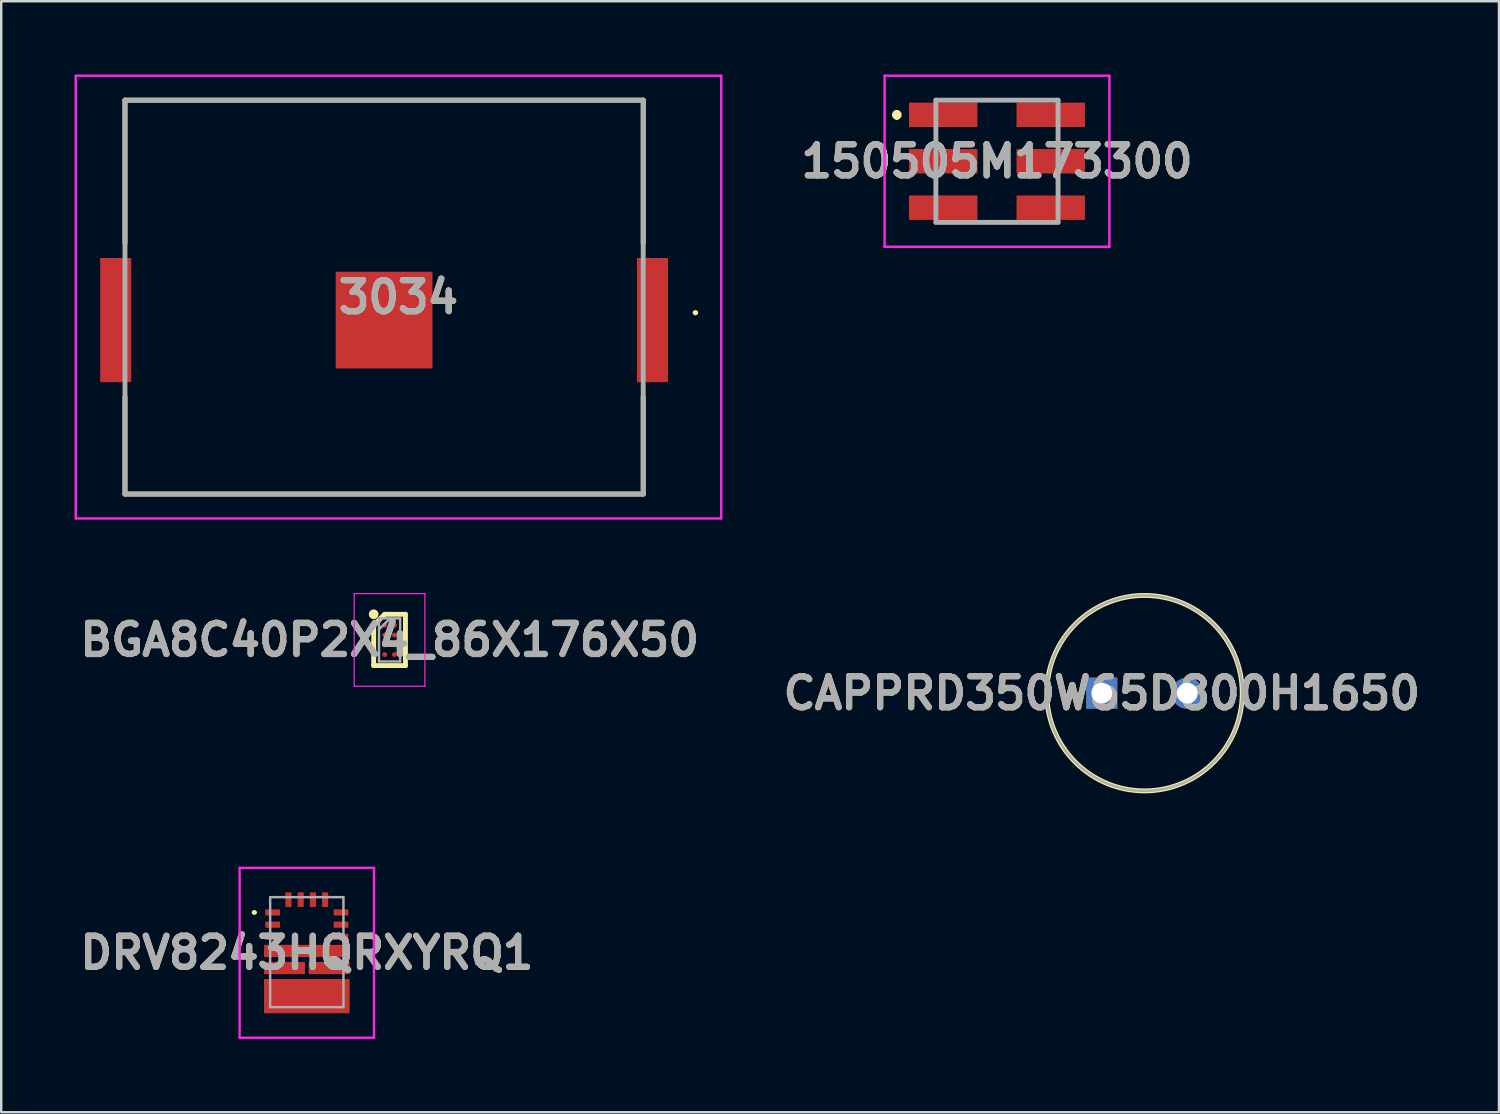
<source format=kicad_pcb>
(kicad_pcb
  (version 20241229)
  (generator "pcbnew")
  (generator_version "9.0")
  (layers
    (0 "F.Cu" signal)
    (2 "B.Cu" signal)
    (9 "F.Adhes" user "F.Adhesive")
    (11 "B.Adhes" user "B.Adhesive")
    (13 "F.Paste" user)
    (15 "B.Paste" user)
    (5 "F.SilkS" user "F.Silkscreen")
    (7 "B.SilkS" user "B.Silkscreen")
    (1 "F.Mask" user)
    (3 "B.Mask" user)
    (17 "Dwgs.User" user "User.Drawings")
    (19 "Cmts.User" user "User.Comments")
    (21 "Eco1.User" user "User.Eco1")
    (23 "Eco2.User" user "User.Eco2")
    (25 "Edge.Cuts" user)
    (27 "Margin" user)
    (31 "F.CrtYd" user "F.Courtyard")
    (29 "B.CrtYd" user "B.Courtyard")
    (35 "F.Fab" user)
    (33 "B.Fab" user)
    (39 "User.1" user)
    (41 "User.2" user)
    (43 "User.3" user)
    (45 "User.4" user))
  (footprint "150505M173300"
    (layer "F.Cu")
    (at 37.754 3.55)
    (property "Reference" "150505M173300" (at 0 0 0) (layer "F.SilkS") (effects (font (size 1.27 1.27) (thickness 0.254))))
    (attr smd)
    (fp_line (start -4.1 -2) (end -4.1 -2) (stroke (width 0.2) (type solid)) (layer "F.SilkS"))
    (fp_line (start -4.1 -1.8) (end -4.1 -1.8) (stroke (width 0.2) (type solid)) (layer "F.SilkS"))
    (fp_line (start -0.6 -2.5) (end 0.6 -2.5) (stroke (width 0.1) (type solid)) (layer "F.SilkS"))
    (fp_line (start -0.6 2.5) (end 0.6 2.5) (stroke (width 0.1) (type solid)) (layer "F.SilkS"))
    (fp_arc (start -4.1 -2) (mid -4 -1.9) (end -4.1 -1.8) (stroke (width 0.2) (type solid)) (layer "F.SilkS"))
    (fp_arc (start -4.1 -1.8) (mid -4.2 -1.9) (end -4.1 -2) (stroke (width 0.2) (type solid)) (layer "F.SilkS"))
    (fp_line (start -4.6 -3.5) (end 4.6 -3.5) (stroke (width 0.1) (type solid)) (layer "F.CrtYd"))
    (fp_line (start -4.6 3.5) (end -4.6 -3.5) (stroke (width 0.1) (type solid)) (layer "F.CrtYd"))
    (fp_line (start 4.6 -3.5) (end 4.6 3.5) (stroke (width 0.1) (type solid)) (layer "F.CrtYd"))
    (fp_line (start 4.6 3.5) (end -4.6 3.5) (stroke (width 0.1) (type solid)) (layer "F.CrtYd"))
    (fp_line (start -2.5 -2.5) (end 2.5 -2.5) (stroke (width 0.2) (type solid)) (layer "F.Fab"))
    (fp_line (start -2.5 2.5) (end -2.5 -2.5) (stroke (width 0.2) (type solid)) (layer "F.Fab"))
    (fp_line (start 2.5 -2.5) (end 2.5 2.5) (stroke (width 0.2) (type solid)) (layer "F.Fab"))
    (fp_line (start 2.5 2.5) (end -2.5 2.5) (stroke (width 0.2) (type solid)) (layer "F.Fab"))
    (fp_text user "${REFERENCE}" (at 0 0 0) (layer "F.Fab") (effects (font (size 1.27 1.27) (thickness 0.254))))
    (pad "1" smd rect (at -2.2 -1.9 90) (size 1 2.8) (layers "F.Cu" "F.Mask" "F.Paste"))
    (pad "2" smd rect (at 2.2 -1.9 90) (size 1 2.8) (layers "F.Cu" "F.Mask" "F.Paste"))
    (pad "3" smd rect (at -2.2 0 90) (size 1 2.8) (layers "F.Cu" "F.Mask" "F.Paste"))
    (pad "4" smd rect (at 2.2 0 90) (size 1 2.8) (layers "F.Cu" "F.Mask" "F.Paste"))
    (pad "5" smd rect (at -2.2 1.9 90) (size 1 2.8) (layers "F.Cu" "F.Mask" "F.Paste"))
    (pad "6" smd rect (at 2.2 1.9 90) (size 1 2.8) (layers "F.Cu" "F.Mask" "F.Paste")))
  (footprint "CAPPRD350W65D800H1650"
    (layer "F.Cu")
    (at 42.043 25.32)
    (property "Reference" "CAPPRD350W65D800H1650" (at 0 0 0) (layer "F.SilkS") (effects (font (size 1.27 1.27) (thickness 0.254))))
    (attr through_hole)
    (fp_circle (center 1.75 0) (end 1.75 4) (stroke (width 0.2) (type solid)) (fill no) (layer "F.SilkS"))
    (fp_circle (center 1.75 0) (end 1.75 4) (stroke (width 0.1) (type solid)) (fill no) (layer "F.Fab"))
    (fp_text user "${REFERENCE}" (at 0 0 0) (layer "F.Fab") (effects (font (size 1.27 1.27) (thickness 0.254))))
    (pad "1" thru_hole rect (at 0 0) (size 1.275 1.275) (drill 0.85) (layers "*.Cu" "*.Mask"))
    (pad "2" thru_hole circle (at 3.5 0) (size 1.275 1.275) (drill 0.85) (layers "*.Cu" "*.Mask")))
  (footprint "3034"
    (layer "F.Cu")
    (at 12.67 10.05)
    (property "Reference" "3034" (at 0.588 -0.94 0) (layer "F.SilkS") (effects (font (size 1.27 1.27) (thickness 0.254))))
    (attr smd)
    (fp_line (start -10.605 -9) (end -10.605 -3.138) (stroke (width 0.2) (type solid)) (layer "F.SilkS"))
    (fp_line (start -10.605 7.12) (end -10.605 3.138) (stroke (width 0.2) (type solid)) (layer "F.SilkS"))
    (fp_line (start -10.605 7.12) (end 10.605 7.12) (stroke (width 0.2) (type solid)) (layer "F.SilkS"))
    (fp_line (start 10.605 -9) (end -10.605 -9) (stroke (width 0.2) (type solid)) (layer "F.SilkS"))
    (fp_line (start 10.605 -9) (end 10.605 -3.138) (stroke (width 0.2) (type solid)) (layer "F.SilkS"))
    (fp_line (start 10.605 7.12) (end 10.605 3.138) (stroke (width 0.2) (type solid)) (layer "F.SilkS"))
    (fp_line (start 12.689 -0.3) (end 12.689 -0.3) (stroke (width 0.108) (type solid)) (layer "F.SilkS"))
    (fp_line (start 12.797 -0.3) (end 12.797 -0.3) (stroke (width 0.108) (type solid)) (layer "F.SilkS"))
    (fp_arc (start 12.689 -0.3) (mid 12.743 -0.354) (end 12.797 -0.3) (stroke (width 0.10791) (type solid)) (layer "F.SilkS"))
    (fp_arc (start 12.797 -0.3) (mid 12.743 -0.246) (end 12.689 -0.3) (stroke (width 0.10791) (type solid)) (layer "F.SilkS"))
    (fp_line (start -12.62 -10) (end -12.62 8.12) (stroke (width 0.1) (type solid)) (layer "F.CrtYd"))
    (fp_line (start -12.62 8.12) (end 13.797 8.12) (stroke (width 0.1) (type solid)) (layer "F.CrtYd"))
    (fp_line (start 13.797 -10) (end -12.62 -10) (stroke (width 0.1) (type solid)) (layer "F.CrtYd"))
    (fp_line (start 13.797 8.12) (end 13.797 -10) (stroke (width 0.1) (type solid)) (layer "F.CrtYd"))
    (fp_line (start -10.605 -9) (end -10.605 7.12) (stroke (width 0.2) (type solid)) (layer "F.Fab"))
    (fp_line (start -10.605 7.12) (end 10.605 7.12) (stroke (width 0.2) (type solid)) (layer "F.Fab"))
    (fp_line (start 10.605 -9) (end -10.605 -9) (stroke (width 0.2) (type solid)) (layer "F.Fab"))
    (fp_line (start 10.605 7.12) (end 10.605 -9) (stroke (width 0.2) (type solid)) (layer "F.Fab"))
    (fp_text user "${REFERENCE}" (at 0.588 -0.94 0) (layer "F.Fab") (effects (font (size 1.27 1.27) (thickness 0.254))))
    (pad "1" smd rect (at 10.985 0) (size 1.27 5.08) (layers "F.Cu" "F.Mask" "F.Paste"))
    (pad "2" smd rect (at -10.985 0) (size 1.27 5.08) (layers "F.Cu" "F.Mask" "F.Paste"))
    (pad "3" smd rect (at 0 0 90) (size 3.96 3.96) (layers "F.Cu" "F.Mask" "F.Paste")))
  (footprint "DRV8243HQRXYRQ1"
    (layer "F.Cu")
    (at 9.507 35.92)
    (property "Reference" "DRV8243HQRXYRQ1" (at 0 0.025 0) (layer "F.SilkS") (effects (font (size 1.27 1.27) (thickness 0.254))))
    (attr smd)
    (fp_line (start -2.2 -1.625) (end -2.2 -1.625) (stroke (width 0.1) (type solid)) (layer "F.SilkS"))
    (fp_line (start -2.1 -1.625) (end -2.1 -1.625) (stroke (width 0.1) (type solid)) (layer "F.SilkS"))
    (fp_arc (start -2.2 -1.625) (mid -2.15 -1.675) (end -2.1 -1.625) (stroke (width 0.1) (type solid)) (layer "F.SilkS"))
    (fp_arc (start -2.1 -1.625) (mid -2.15 -1.575) (end -2.2 -1.625) (stroke (width 0.1) (type solid)) (layer "F.SilkS"))
    (fp_line (start -2.75 -3.45) (end 2.75 -3.45) (stroke (width 0.1) (type solid)) (layer "F.CrtYd"))
    (fp_line (start -2.75 3.5) (end -2.75 -3.45) (stroke (width 0.1) (type solid)) (layer "F.CrtYd"))
    (fp_line (start 2.75 -3.45) (end 2.75 3.5) (stroke (width 0.1) (type solid)) (layer "F.CrtYd"))
    (fp_line (start 2.75 3.5) (end -2.75 3.5) (stroke (width 0.1) (type solid)) (layer "F.CrtYd"))
    (fp_line (start -1.5 -2.25) (end 1.5 -2.25) (stroke (width 0.1) (type solid)) (layer "F.Fab"))
    (fp_line (start -1.5 2.25) (end -1.5 -2.25) (stroke (width 0.1) (type solid)) (layer "F.Fab"))
    (fp_line (start 1.5 -2.25) (end 1.5 2.25) (stroke (width 0.1) (type solid)) (layer "F.Fab"))
    (fp_line (start 1.5 2.25) (end -1.5 2.25) (stroke (width 0.1) (type solid)) (layer "F.Fab"))
    (fp_text user "${REFERENCE}" (at 0 0.025 0) (layer "F.Fab") (effects (font (size 1.27 1.27) (thickness 0.254))))
    (pad "1" smd rect (at -1.4 -1.625 90) (size 0.25 0.6) (layers "F.Cu" "F.Mask" "F.Paste"))
    (pad "2" smd rect (at -1.4 -1.125 90) (size 0.25 0.6) (layers "F.Cu" "F.Mask" "F.Paste"))
    (pad "3" smd rect (at -1.4 -0.625 90) (size 0.25 0.6) (layers "F.Cu" "F.Mask" "F.Paste"))
    (pad "4" smd rect (at 0 -0.05 90) (size 0.5 3.5) (layers "F.Cu" "F.Mask" "F.Paste"))
    (pad "5" smd rect (at -0.912 0.65 90) (size 0.5 1.675) (layers "F.Cu" "F.Mask" "F.Paste"))
    (pad "6" smd rect (at 0 1.8 90) (size 1.4 3.5) (layers "F.Cu" "F.Mask" "F.Paste"))
    (pad "7" smd rect (at 0.912 0.65 90) (size 0.5 1.675) (layers "F.Cu" "F.Mask" "F.Paste"))
    (pad "8" smd rect (at 1.4 -0.625 90) (size 0.25 0.6) (layers "F.Cu" "F.Mask" "F.Paste"))
    (pad "9" smd rect (at 1.4 -1.125 90) (size 0.25 0.6) (layers "F.Cu" "F.Mask" "F.Paste"))
    (pad "10" smd rect (at 1.4 -1.625 90) (size 0.25 0.6) (layers "F.Cu" "F.Mask" "F.Paste"))
    (pad "11" smd rect (at 0.75 -2.15) (size 0.25 0.6) (layers "F.Cu" "F.Mask" "F.Paste"))
    (pad "12" smd rect (at 0.25 -2.15) (size 0.25 0.6) (layers "F.Cu" "F.Mask" "F.Paste"))
    (pad "13" smd rect (at -0.25 -2.15) (size 0.25 0.6) (layers "F.Cu" "F.Mask" "F.Paste"))
    (pad "14" smd rect (at -0.75 -2.15) (size 0.25 0.6) (layers "F.Cu" "F.Mask" "F.Paste")))
  (footprint "BGA8C40P2X4_86X176X50"
    (layer "F.Cu")
    (at 12.894 23.141)
    (property "Reference" "BGA8C40P2X4_86X176X50" (at 0 0 0) (layer "F.SilkS") (effects (font (size 1.27 1.27) (thickness 0.254))))
    (attr smd)
    (fp_line (start -0.65 -0.6) (end -0.2 -1.05) (stroke (width 0.2) (type solid)) (layer "F.SilkS"))
    (fp_line (start -0.65 1.05) (end -0.65 -0.6) (stroke (width 0.2) (type solid)) (layer "F.SilkS"))
    (fp_line (start -0.2 -1.05) (end 0.65 -1.05) (stroke (width 0.2) (type solid)) (layer "F.SilkS"))
    (fp_line (start 0.65 -1.05) (end 0.65 1.05) (stroke (width 0.2) (type solid)) (layer "F.SilkS"))
    (fp_line (start 0.65 1.05) (end -0.65 1.05) (stroke (width 0.2) (type solid)) (layer "F.SilkS"))
    (fp_circle (center -0.65 -1.05) (end -0.65 -0.95) (stroke (width 0.2) (type solid)) (fill no) (layer "F.SilkS"))
    (fp_line (start -1.448 -1.896) (end 1.447 -1.896) (stroke (width 0.05) (type solid)) (layer "F.CrtYd"))
    (fp_line (start -1.448 1.897) (end -1.448 -1.896) (stroke (width 0.05) (type solid)) (layer "F.CrtYd"))
    (fp_line (start 1.447 -1.896) (end 1.447 1.897) (stroke (width 0.05) (type solid)) (layer "F.CrtYd"))
    (fp_line (start 1.447 1.897) (end -1.448 1.897) (stroke (width 0.05) (type solid)) (layer "F.CrtYd"))
    (fp_line (start -0.432 -0.882) (end 0.433 -0.882) (stroke (width 0.1) (type solid)) (layer "F.Fab"))
    (fp_line (start -0.432 -0.433) (end 0.016 -0.881) (stroke (width 0.1) (type solid)) (layer "F.Fab"))
    (fp_line (start -0.432 0.881) (end -0.432 -0.882) (stroke (width 0.1) (type solid)) (layer "F.Fab"))
    (fp_line (start 0.433 -0.882) (end 0.433 0.881) (stroke (width 0.1) (type solid)) (layer "F.Fab"))
    (fp_line (start 0.433 0.881) (end -0.432 0.881) (stroke (width 0.1) (type solid)) (layer "F.Fab"))
    (fp_text user "${REFERENCE}" (at 0 0 0) (layer "F.Fab") (effects (font (size 1.27 1.27) (thickness 0.254))))
    (pad "A1" smd circle (at -0.2 -0.6 90) (size 0.2 0.2) (layers "F.Cu" "F.Mask" "F.Paste"))
    (pad "A2" smd circle (at 0.2 -0.6 90) (size 0.2 0.2) (layers "F.Cu" "F.Mask" "F.Paste"))
    (pad "B1" smd circle (at -0.2 -0.2 90) (size 0.2 0.2) (layers "F.Cu" "F.Mask" "F.Paste"))
    (pad "B2" smd circle (at 0.2 -0.2 90) (size 0.2 0.2) (layers "F.Cu" "F.Mask" "F.Paste"))
    (pad "C1" smd circle (at -0.2 0.2 90) (size 0.2 0.2) (layers "F.Cu" "F.Mask" "F.Paste"))
    (pad "C2" smd circle (at 0.2 0.2 90) (size 0.2 0.2) (layers "F.Cu" "F.Mask" "F.Paste"))
    (pad "D1" smd circle (at -0.2 0.6 90) (size 0.2 0.2) (layers "F.Cu" "F.Mask" "F.Paste"))
    (pad "D2" smd circle (at 0.2 0.6 90) (size 0.2 0.2) (layers "F.Cu" "F.Mask" "F.Paste")))
  (gr_rect
    (start -3 -3)
    (end 58.3 42.47)
    (stroke (width 0.1) (type default))
    (fill no)
    (layer "Edge.Cuts")))
</source>
